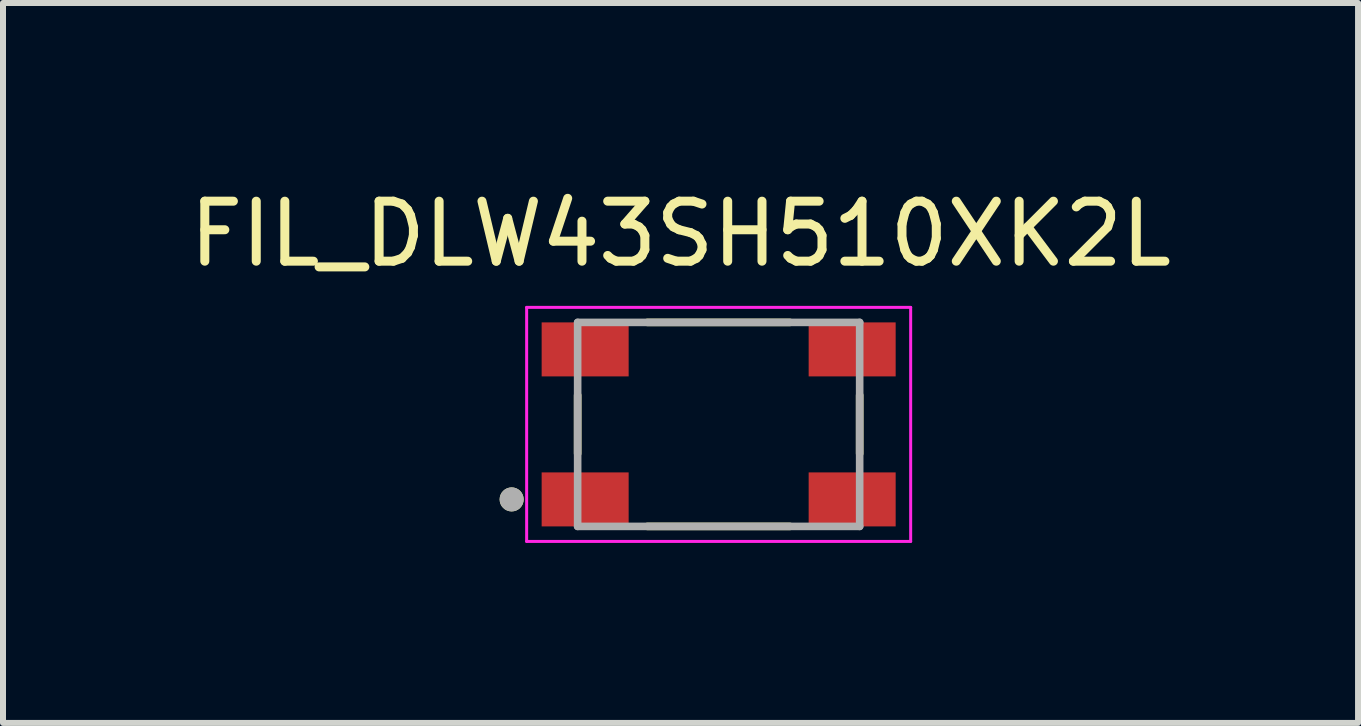
<source format=kicad_pcb>
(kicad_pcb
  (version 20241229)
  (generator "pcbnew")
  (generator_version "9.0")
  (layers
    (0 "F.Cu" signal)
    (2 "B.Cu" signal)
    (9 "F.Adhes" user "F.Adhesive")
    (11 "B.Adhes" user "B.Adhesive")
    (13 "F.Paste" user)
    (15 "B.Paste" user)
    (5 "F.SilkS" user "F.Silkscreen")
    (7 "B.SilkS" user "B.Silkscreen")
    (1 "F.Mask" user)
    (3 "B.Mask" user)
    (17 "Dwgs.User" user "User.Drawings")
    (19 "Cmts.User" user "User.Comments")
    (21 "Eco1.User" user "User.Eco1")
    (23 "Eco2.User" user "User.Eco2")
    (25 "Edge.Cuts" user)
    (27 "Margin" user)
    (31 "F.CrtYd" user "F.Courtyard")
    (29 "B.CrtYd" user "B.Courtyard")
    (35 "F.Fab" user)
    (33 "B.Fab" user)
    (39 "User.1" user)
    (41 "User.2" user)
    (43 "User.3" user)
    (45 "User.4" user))
  (footprint "FIL_DLW43SH510XK2L"
    (layer "F.Cu")
    (at 8.927 4.023)
    (property "Reference" "FIL_DLW43SH510XK2L" (at -0.635 -3.175 0) (layer "F.SilkS") (effects (font (size 1 1) (thickness 0.15))))
    (attr smd)
    (fp_line (start -2.35 -0.486) (end -2.35 0.486) (stroke (width 0.127) (type solid)) (layer "F.SilkS"))
    (fp_line (start -1.187 1.7) (end 1.187 1.7) (stroke (width 0.127) (type solid)) (layer "F.SilkS"))
    (fp_line (start 1.187 -1.7) (end -1.187 -1.7) (stroke (width 0.127) (type solid)) (layer "F.SilkS"))
    (fp_line (start 2.35 0.486) (end 2.35 -0.486) (stroke (width 0.127) (type solid)) (layer "F.SilkS"))
    (fp_circle (center -3.45 1.25) (end -3.35 1.25) (stroke (width 0.2) (type solid)) (fill no) (layer "F.SilkS"))
    (fp_line (start -3.2 -1.95) (end 3.2 -1.95) (stroke (width 0.05) (type solid)) (layer "F.CrtYd"))
    (fp_line (start -3.2 1.95) (end -3.2 -1.95) (stroke (width 0.05) (type solid)) (layer "F.CrtYd"))
    (fp_line (start 3.2 -1.95) (end 3.2 1.95) (stroke (width 0.05) (type solid)) (layer "F.CrtYd"))
    (fp_line (start 3.2 1.95) (end -3.2 1.95) (stroke (width 0.05) (type solid)) (layer "F.CrtYd"))
    (fp_line (start -2.35 -1.7) (end -2.35 1.7) (stroke (width 0.127) (type solid)) (layer "F.Fab"))
    (fp_line (start -2.35 1.7) (end 2.35 1.7) (stroke (width 0.127) (type solid)) (layer "F.Fab"))
    (fp_line (start 2.35 -1.7) (end -2.35 -1.7) (stroke (width 0.127) (type solid)) (layer "F.Fab"))
    (fp_line (start 2.35 1.7) (end 2.35 -1.7) (stroke (width 0.127) (type solid)) (layer "F.Fab"))
    (fp_circle (center -3.45 1.25) (end -3.35 1.25) (stroke (width 0.2) (type solid)) (fill no) (layer "F.Fab"))
    (pad "1" smd rect (at -2.225 1.25) (size 1.45 0.9) (layers "F.Cu" "F.Mask" "F.Paste"))
    (pad "2" smd rect (at 2.225 1.25) (size 1.45 0.9) (layers "F.Cu" "F.Mask" "F.Paste"))
    (pad "3" smd rect (at 2.225 -1.25) (size 1.45 0.9) (layers "F.Cu" "F.Mask" "F.Paste"))
    (pad "4" smd rect (at -2.225 -1.25) (size 1.45 0.9) (layers "F.Cu" "F.Mask" "F.Paste")))
  (gr_rect
    (start -3 -3)
    (end 19.583 8.998)
    (stroke (width 0.1) (type default))
    (fill no)
    (layer "Edge.Cuts")))
</source>
